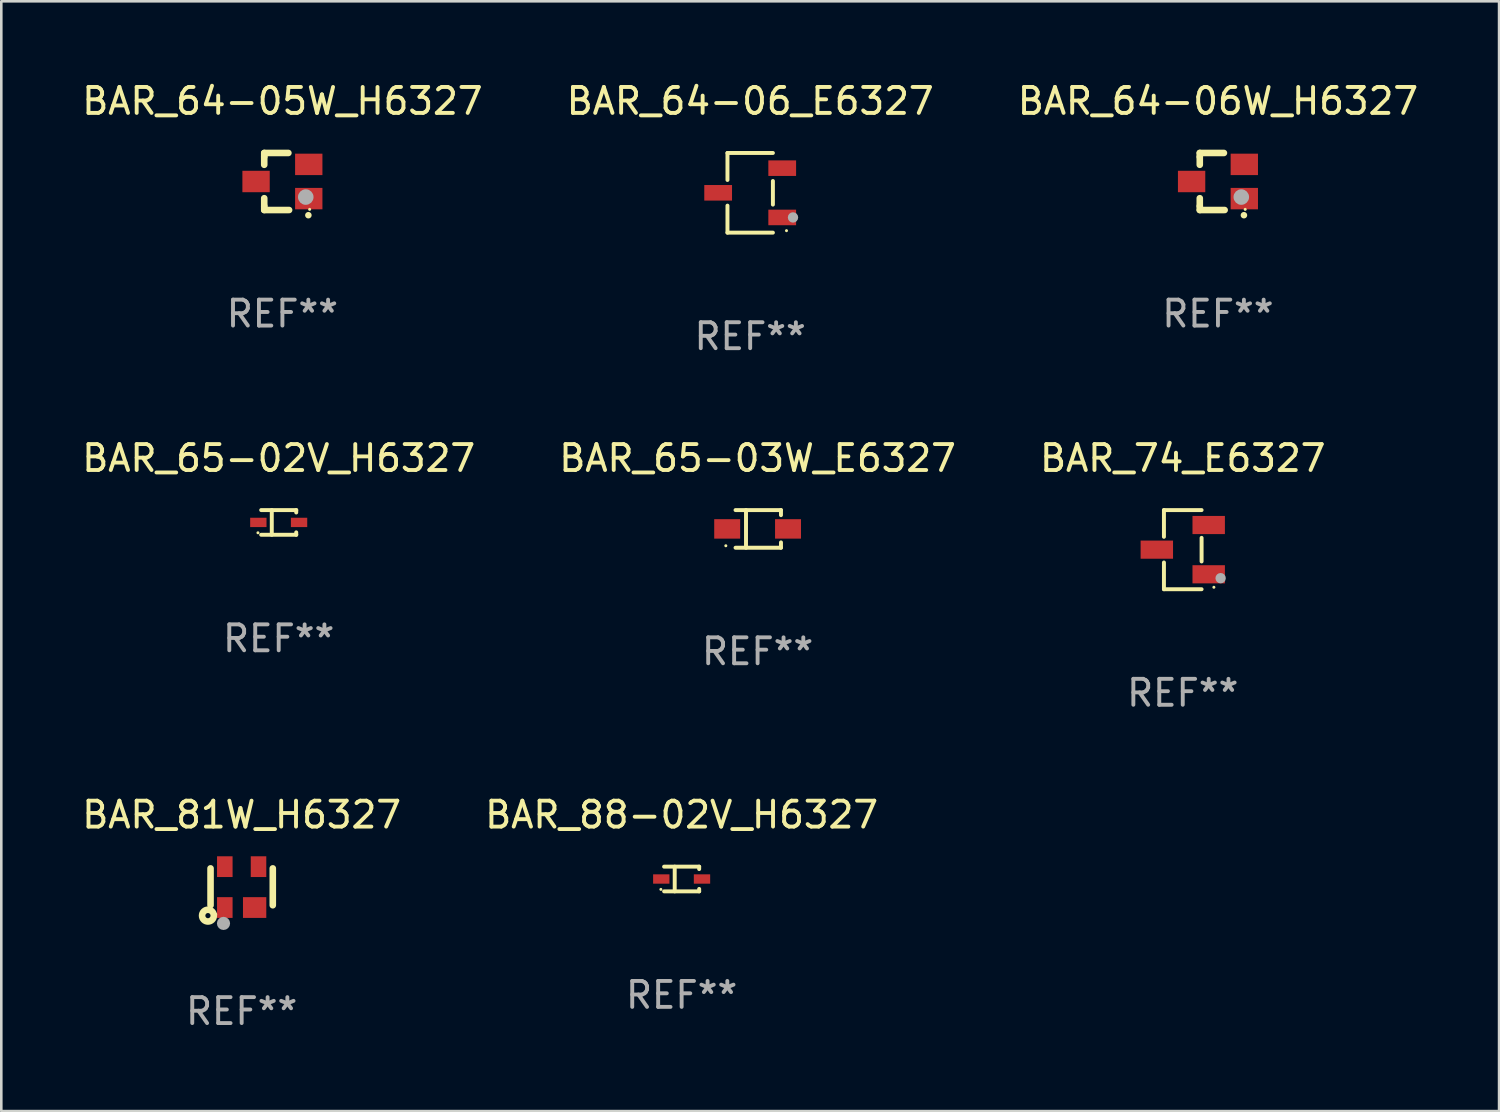
<source format=kicad_pcb>
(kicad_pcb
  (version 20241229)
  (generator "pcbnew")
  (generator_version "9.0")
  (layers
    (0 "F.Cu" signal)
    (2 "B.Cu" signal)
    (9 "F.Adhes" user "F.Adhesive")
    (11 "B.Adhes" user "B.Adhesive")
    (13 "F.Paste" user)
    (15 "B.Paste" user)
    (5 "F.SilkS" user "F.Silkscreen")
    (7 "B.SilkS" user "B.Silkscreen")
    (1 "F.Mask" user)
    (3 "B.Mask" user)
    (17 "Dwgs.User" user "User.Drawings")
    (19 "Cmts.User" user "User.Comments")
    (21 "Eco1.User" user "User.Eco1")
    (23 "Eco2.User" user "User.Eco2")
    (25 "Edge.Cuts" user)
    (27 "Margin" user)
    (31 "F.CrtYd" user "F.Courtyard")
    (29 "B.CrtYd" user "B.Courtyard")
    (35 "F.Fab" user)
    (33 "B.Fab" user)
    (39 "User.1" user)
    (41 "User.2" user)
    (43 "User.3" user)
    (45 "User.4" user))
  (footprint "BAR_74_E6327"
    (layer "F.Cu")
    (at 42.554 18.143)
    (property "Reference" "BAR_74_E6327" (at 0 -3.526 0) (layer "F.SilkS") (effects (font (size 1 1) (thickness 0.15))))
    (attr through_hole)
    (fp_line (start -0.726 -1.526) (end -0.726 -0.495) (stroke (width 0.152) (type solid)) (layer "F.SilkS"))
    (fp_line (start -0.726 1.526) (end -0.726 0.495) (stroke (width 0.152) (type solid)) (layer "F.SilkS"))
    (fp_line (start 0.726 -1.526) (end -0.726 -1.526) (stroke (width 0.152) (type solid)) (layer "F.SilkS"))
    (fp_line (start 0.726 -0.455) (end 0.726 0.455) (stroke (width 0.152) (type solid)) (layer "F.SilkS"))
    (fp_line (start 0.726 1.526) (end -0.726 1.526) (stroke (width 0.152) (type solid)) (layer "F.SilkS"))
    (fp_circle (center 1.2 1.45) (end 1.23 1.45) (stroke (width 0.06) (type solid)) (fill no) (layer "F.SilkS"))
    (fp_circle (center 1.46 1.1) (end 1.56 1.1) (stroke (width 0.2) (type solid)) (fill no) (layer "F.Fab"))
    (fp_text user "REF**" (at 0 5.526 0) (layer "F.Fab") (effects (font (size 1 1) (thickness 0.15))))
    (pad "1" smd rect (at 1 0.95) (size 1.25 0.7) (layers "F.Cu" "F.Mask" "F.Paste"))
    (pad "2" smd rect (at 1 -0.95) (size 1.25 0.7) (layers "F.Cu" "F.Mask" "F.Paste"))
    (pad "3" smd rect (at -1 0) (size 1.25 0.7) (layers "F.Cu" "F.Mask" "F.Paste")))
  (footprint "BAR_81W_H6327"
    (layer "F.Cu")
    (at 6.268 31.154)
    (property "Reference" "BAR_81W_H6327" (at 0 -2.788 0) (layer "F.SilkS") (effects (font (size 1 1) (thickness 0.15))))
    (attr through_hole)
    (fp_line (start -1.2 0.7) (end -1.2 -0.722) (stroke (width 0.254) (type solid)) (layer "F.SilkS"))
    (fp_line (start 1.2 0.7) (end 1.2 -0.722) (stroke (width 0.254) (type solid)) (layer "F.SilkS"))
    (fp_circle (center -1.3 1.1) (end -1.2 1.1) (stroke (width 0.254) (type solid)) (fill no) (layer "F.SilkS"))
    (fp_circle (center -1 1.05) (end -0.97 1.05) (stroke (width 0.06) (type solid)) (fill no) (layer "F.SilkS"))
    (fp_circle (center -0.7 1.4) (end -0.573 1.4) (stroke (width 0.254) (type solid)) (fill no) (layer "F.Fab"))
    (fp_text user "REF**" (at 0 4.788 0) (layer "F.Fab") (effects (font (size 1 1) (thickness 0.15))))
    (pad "1" smd rect (at -0.65 0.788) (size 0.599 0.8) (layers "F.Cu" "F.Mask" "F.Paste"))
    (pad "2" smd rect (at 0.5 0.788) (size 0.899 0.8) (layers "F.Cu" "F.Mask" "F.Paste"))
    (pad "3" smd rect (at 0.65 -0.788) (size 0.599 0.8) (layers "F.Cu" "F.Mask" "F.Paste"))
    (pad "4" smd rect (at -0.65 -0.788) (size 0.599 0.8) (layers "F.Cu" "F.Mask" "F.Paste")))
  (footprint "BAR_64-05W_H6327"
    (layer "F.Cu")
    (at 7.839 3.948)
    (property "Reference" "BAR_64-05W_H6327" (at 0 -3.1 0) (layer "F.SilkS") (effects (font (size 1 1) (thickness 0.15))))
    (attr through_hole)
    (fp_line (start -0.701 -0.95) (end -0.701 -1.1) (stroke (width 0.254) (type solid)) (layer "F.SilkS"))
    (fp_line (start -0.701 -0.644) (end -0.701 -0.95) (stroke (width 0.254) (type solid)) (layer "F.SilkS"))
    (fp_line (start -0.701 0.95) (end -0.701 0.644) (stroke (width 0.254) (type solid)) (layer "F.SilkS"))
    (fp_line (start -0.701 0.95) (end -0.701 1.1) (stroke (width 0.254) (type solid)) (layer "F.SilkS"))
    (fp_line (start -0.7 -1.1) (end 0.23 -1.1) (stroke (width 0.254) (type solid)) (layer "F.SilkS"))
    (fp_line (start -0.7 1.1) (end 0.258 1.1) (stroke (width 0.254) (type solid)) (layer "F.SilkS"))
    (fp_arc (start 1 1.3) (mid 1.00127 1.299994) (end 1.00254 1.3) (stroke (width 0.24892) (type solid)) (layer "F.SilkS"))
    (fp_circle (center 1.05 1.075) (end 1.08 1.075) (stroke (width 0.06) (type solid)) (fill no) (layer "F.SilkS"))
    (fp_circle (center 0.9 0.6) (end 1.05 0.6) (stroke (width 0.3) (type solid)) (fill no) (layer "F.Fab"))
    (fp_text user "REF**" (at 0 5.1 0) (layer "F.Fab") (effects (font (size 1 1) (thickness 0.15))))
    (pad "1" smd rect (at 1.016 0.66) (size 1.054 0.826) (layers "F.Cu" "F.Mask" "F.Paste"))
    (pad "2" smd rect (at 1.016 -0.66) (size 1.054 0.826) (layers "F.Cu" "F.Mask" "F.Paste"))
    (pad "3" smd rect (at -1.016 0) (size 1.054 0.826) (layers "F.Cu" "F.Mask" "F.Paste")))
  (footprint "BAR_64-06W_H6327"
    (layer "F.Cu")
    (at 43.911 3.948)
    (property "Reference" "BAR_64-06W_H6327" (at 0 -3.1 0) (layer "F.SilkS") (effects (font (size 1 1) (thickness 0.15))))
    (attr through_hole)
    (fp_line (start -0.701 -0.95) (end -0.701 -1.1) (stroke (width 0.254) (type solid)) (layer "F.SilkS"))
    (fp_line (start -0.701 -0.644) (end -0.701 -0.95) (stroke (width 0.254) (type solid)) (layer "F.SilkS"))
    (fp_line (start -0.701 0.95) (end -0.701 0.644) (stroke (width 0.254) (type solid)) (layer "F.SilkS"))
    (fp_line (start -0.701 0.95) (end -0.701 1.1) (stroke (width 0.254) (type solid)) (layer "F.SilkS"))
    (fp_line (start -0.7 -1.1) (end 0.23 -1.1) (stroke (width 0.254) (type solid)) (layer "F.SilkS"))
    (fp_line (start -0.7 1.1) (end 0.258 1.1) (stroke (width 0.254) (type solid)) (layer "F.SilkS"))
    (fp_arc (start 1 1.3) (mid 1.00127 1.299994) (end 1.00254 1.3) (stroke (width 0.24892) (type solid)) (layer "F.SilkS"))
    (fp_circle (center 1.05 1.075) (end 1.08 1.075) (stroke (width 0.06) (type solid)) (fill no) (layer "F.SilkS"))
    (fp_circle (center 0.9 0.6) (end 1.05 0.6) (stroke (width 0.3) (type solid)) (fill no) (layer "F.Fab"))
    (fp_text user "REF**" (at 0 5.1 0) (layer "F.Fab") (effects (font (size 1 1) (thickness 0.15))))
    (pad "1" smd rect (at 1.016 0.66) (size 1.054 0.826) (layers "F.Cu" "F.Mask" "F.Paste"))
    (pad "2" smd rect (at 1.016 -0.66) (size 1.054 0.826) (layers "F.Cu" "F.Mask" "F.Paste"))
    (pad "3" smd rect (at -1.016 0) (size 1.054 0.826) (layers "F.Cu" "F.Mask" "F.Paste")))
  (footprint "BAR_88-02V_H6327"
    (layer "F.Cu")
    (at 23.232 30.842)
    (property "Reference" "BAR_88-02V_H6327" (at 0 -2.476 0) (layer "F.SilkS") (effects (font (size 1 1) (thickness 0.15))))
    (attr through_hole)
    (fp_line (start -0.676 -0.476) (end 0.676 -0.476) (stroke (width 0.152) (type solid)) (layer "F.SilkS"))
    (fp_line (start -0.676 0.476) (end 0.676 0.476) (stroke (width 0.152) (type solid)) (layer "F.SilkS"))
    (fp_line (start -0.267 -0.476) (end -0.267 0.476) (stroke (width 0.152) (type solid)) (layer "F.SilkS"))
    (fp_line (start 0.676 -0.476) (end 0.676 -0.383) (stroke (width 0.152) (type solid)) (layer "F.SilkS"))
    (fp_line (start 0.676 0.476) (end 0.676 0.383) (stroke (width 0.152) (type solid)) (layer "F.SilkS"))
    (fp_circle (center -0.8 0.4) (end -0.77 0.4) (stroke (width 0.06) (type solid)) (fill no) (layer "F.SilkS"))
    (fp_text user "REF**" (at 0 4.476 0) (layer "F.Fab") (effects (font (size 1 1) (thickness 0.15))))
    (pad "1" smd rect (at -0.785 0) (size 0.63 0.36) (layers "F.Cu" "F.Mask" "F.Paste"))
    (pad "2" smd rect (at 0.785 0) (size 0.63 0.36) (layers "F.Cu" "F.Mask" "F.Paste")))
  (footprint "BAR_64-06_E6327"
    (layer "F.Cu")
    (at 25.875 4.384)
    (property "Reference" "BAR_64-06_E6327" (at 0 -3.536 0) (layer "F.SilkS") (effects (font (size 1 1) (thickness 0.15))))
    (attr through_hole)
    (fp_line (start -0.876 -1.536) (end -0.876 -0.495) (stroke (width 0.152) (type solid)) (layer "F.SilkS"))
    (fp_line (start -0.876 1.536) (end -0.876 0.495) (stroke (width 0.152) (type solid)) (layer "F.SilkS"))
    (fp_line (start 0.876 -1.536) (end -0.876 -1.536) (stroke (width 0.152) (type solid)) (layer "F.SilkS"))
    (fp_line (start 0.876 -0.455) (end 0.876 0.455) (stroke (width 0.152) (type solid)) (layer "F.SilkS"))
    (fp_line (start 0.876 1.536) (end -0.876 1.536) (stroke (width 0.152) (type solid)) (layer "F.SilkS"))
    (fp_circle (center 1.4 1.46) (end 1.43 1.46) (stroke (width 0.06) (type solid)) (fill no) (layer "F.SilkS"))
    (fp_circle (center 1.651 0.95) (end 1.751 0.95) (stroke (width 0.2) (type solid)) (fill no) (layer "F.Fab"))
    (fp_text user "REF**" (at 0 5.536 0) (layer "F.Fab") (effects (font (size 1 1) (thickness 0.15))))
    (pad "1" smd rect (at 1.235 0.95) (size 1.07 0.6) (layers "F.Cu" "F.Mask" "F.Paste"))
    (pad "2" smd rect (at 1.235 -0.95) (size 1.07 0.6) (layers "F.Cu" "F.Mask" "F.Paste"))
    (pad "3" smd rect (at -1.235 0) (size 1.07 0.6) (layers "F.Cu" "F.Mask" "F.Paste")))
  (footprint "BAR_65-02V_H6327"
    (layer "F.Cu")
    (at 7.696 17.093)
    (property "Reference" "BAR_65-02V_H6327" (at 0 -2.476 0) (layer "F.SilkS") (effects (font (size 1 1) (thickness 0.15))))
    (attr through_hole)
    (fp_line (start -0.676 -0.476) (end 0.676 -0.476) (stroke (width 0.152) (type solid)) (layer "F.SilkS"))
    (fp_line (start -0.676 0.476) (end 0.676 0.476) (stroke (width 0.152) (type solid)) (layer "F.SilkS"))
    (fp_line (start -0.267 -0.476) (end -0.267 0.476) (stroke (width 0.152) (type solid)) (layer "F.SilkS"))
    (fp_line (start 0.676 -0.476) (end 0.676 -0.383) (stroke (width 0.152) (type solid)) (layer "F.SilkS"))
    (fp_line (start 0.676 0.476) (end 0.676 0.383) (stroke (width 0.152) (type solid)) (layer "F.SilkS"))
    (fp_circle (center -0.8 0.4) (end -0.77 0.4) (stroke (width 0.06) (type solid)) (fill no) (layer "F.SilkS"))
    (fp_text user "REF**" (at 0 4.476 0) (layer "F.Fab") (effects (font (size 1 1) (thickness 0.15))))
    (pad "1" smd rect (at -0.785 0) (size 0.63 0.36) (layers "F.Cu" "F.Mask" "F.Paste"))
    (pad "2" smd rect (at 0.785 0) (size 0.63 0.36) (layers "F.Cu" "F.Mask" "F.Paste")))
  (footprint "BAR_65-03W_E6327"
    (layer "F.Cu")
    (at 26.161 17.343)
    (property "Reference" "BAR_65-03W_E6327" (at 0 -2.726 0) (layer "F.SilkS") (effects (font (size 1 1) (thickness 0.15))))
    (attr through_hole)
    (fp_line (start -0.851 -0.726) (end 0.901 -0.726) (stroke (width 0.152) (type solid)) (layer "F.SilkS"))
    (fp_line (start -0.851 0.726) (end 0.901 0.726) (stroke (width 0.152) (type solid)) (layer "F.SilkS"))
    (fp_line (start -0.447 -0.726) (end -0.447 0.726) (stroke (width 0.152) (type solid)) (layer "F.SilkS"))
    (fp_line (start 0.901 -0.726) (end 0.901 -0.53) (stroke (width 0.152) (type solid)) (layer "F.SilkS"))
    (fp_line (start 0.901 0.726) (end 0.901 0.52) (stroke (width 0.152) (type solid)) (layer "F.SilkS"))
    (fp_circle (center -1.225 0.65) (end -1.195 0.65) (stroke (width 0.06) (type solid)) (fill no) (layer "F.SilkS"))
    (fp_text user "REF**" (at 0 4.726 0) (layer "F.Fab") (effects (font (size 1 1) (thickness 0.15))))
    (pad "1" smd rect (at -1.173 0) (size 1 0.75) (layers "F.Cu" "F.Mask" "F.Paste"))
    (pad "2" smd rect (at 1.173 0) (size 1 0.75) (layers "F.Cu" "F.Mask" "F.Paste")))
  (gr_rect
    (start -3 -3)
    (end 54.75 39.79)
    (stroke (width 0.1) (type default))
    (fill no)
    (layer "Edge.Cuts")))
</source>
